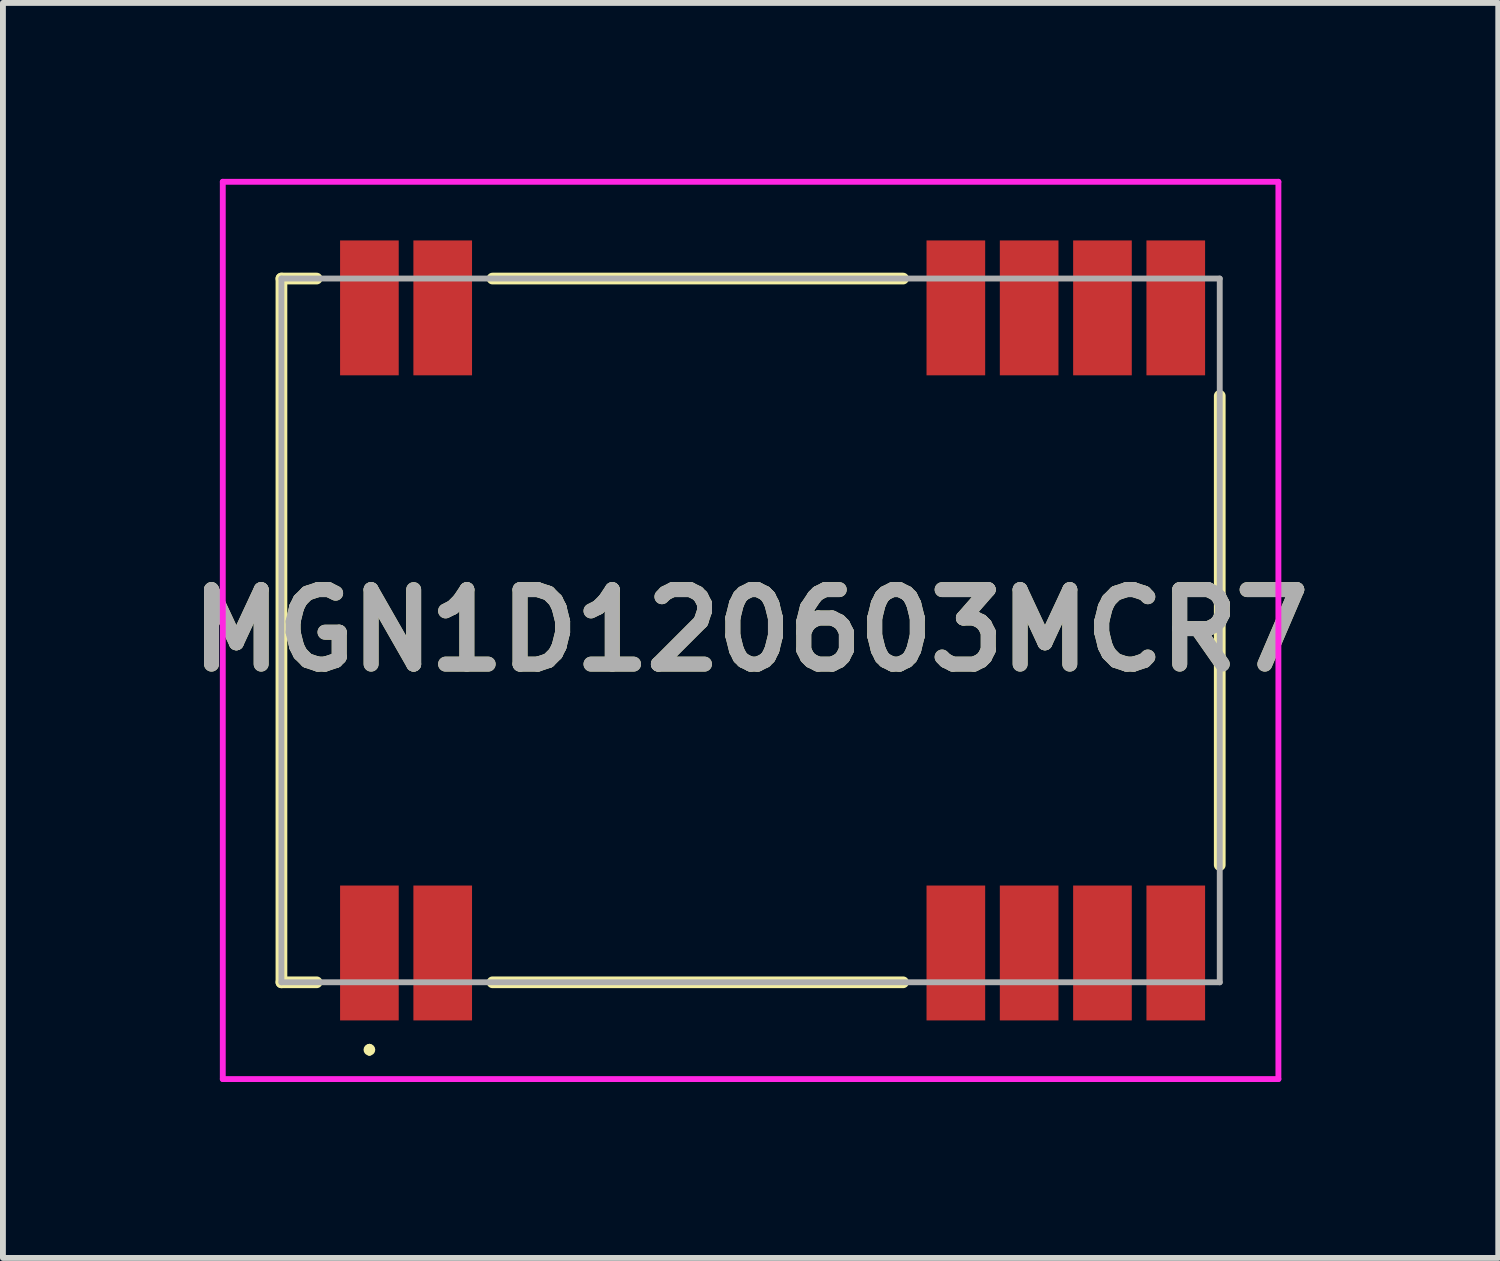
<source format=kicad_pcb>
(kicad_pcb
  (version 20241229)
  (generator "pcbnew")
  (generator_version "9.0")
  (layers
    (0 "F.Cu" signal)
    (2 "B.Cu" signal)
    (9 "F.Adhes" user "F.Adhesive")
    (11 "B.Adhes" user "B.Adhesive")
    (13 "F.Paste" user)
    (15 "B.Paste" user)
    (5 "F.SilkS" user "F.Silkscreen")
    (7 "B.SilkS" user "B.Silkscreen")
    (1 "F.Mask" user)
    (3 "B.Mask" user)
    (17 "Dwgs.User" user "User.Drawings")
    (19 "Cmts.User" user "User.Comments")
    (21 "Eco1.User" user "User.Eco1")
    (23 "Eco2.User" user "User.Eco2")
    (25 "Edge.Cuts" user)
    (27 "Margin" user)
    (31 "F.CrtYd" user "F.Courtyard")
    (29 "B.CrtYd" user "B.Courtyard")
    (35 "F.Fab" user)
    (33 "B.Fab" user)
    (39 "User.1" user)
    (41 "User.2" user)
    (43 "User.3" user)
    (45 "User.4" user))
  (footprint "MGN1D120603MCR7"
    (layer "F.Cu")
    (at 9.749 7.7)
    (property "Reference" "MGN1D120603MCR7" (at 0 0 0) (layer "F.SilkS") (effects (font (size 1.27 1.27) (thickness 0.254))))
    (attr smd)
    (fp_line (start -8 -6) (end -8 6) (stroke (width 0.2) (type solid)) (layer "F.SilkS"))
    (fp_line (start -8 6) (end -7.4 6) (stroke (width 0.2) (type solid)) (layer "F.SilkS"))
    (fp_line (start -7.4 -6) (end -8 -6) (stroke (width 0.2) (type solid)) (layer "F.SilkS"))
    (fp_line (start -6.5 7.1) (end -6.5 7.1) (stroke (width 0.1) (type solid)) (layer "F.SilkS"))
    (fp_line (start -6.5 7.2) (end -6.5 7.2) (stroke (width 0.1) (type solid)) (layer "F.SilkS"))
    (fp_line (start -4.4 -6) (end 2.6 -6) (stroke (width 0.2) (type solid)) (layer "F.SilkS"))
    (fp_line (start -4.4 6) (end 2.6 6) (stroke (width 0.2) (type solid)) (layer "F.SilkS"))
    (fp_line (start 8 -4) (end 8 4) (stroke (width 0.2) (type solid)) (layer "F.SilkS"))
    (fp_arc (start -6.5 7.1) (mid -6.45 7.15) (end -6.5 7.2) (stroke (width 0.1) (type solid)) (layer "F.SilkS"))
    (fp_arc (start -6.5 7.2) (mid -6.55 7.15) (end -6.5 7.1) (stroke (width 0.1) (type solid)) (layer "F.SilkS"))
    (fp_line (start -9 -7.65) (end 9 -7.65) (stroke (width 0.1) (type solid)) (layer "F.CrtYd"))
    (fp_line (start -9 7.65) (end -9 -7.65) (stroke (width 0.1) (type solid)) (layer "F.CrtYd"))
    (fp_line (start 9 -7.65) (end 9 7.65) (stroke (width 0.1) (type solid)) (layer "F.CrtYd"))
    (fp_line (start 9 7.65) (end -9 7.65) (stroke (width 0.1) (type solid)) (layer "F.CrtYd"))
    (fp_line (start -8 -6) (end 8 -6) (stroke (width 0.1) (type solid)) (layer "F.Fab"))
    (fp_line (start -8 6) (end -8 -6) (stroke (width 0.1) (type solid)) (layer "F.Fab"))
    (fp_line (start 8 -6) (end 8 6) (stroke (width 0.1) (type solid)) (layer "F.Fab"))
    (fp_line (start 8 6) (end -8 6) (stroke (width 0.1) (type solid)) (layer "F.Fab"))
    (fp_text user "${REFERENCE}" (at 0 0 0) (layer "F.Fab") (effects (font (size 1.27 1.27) (thickness 0.254))))
    (pad "1" smd rect (at -6.5 5.5) (size 1 2.3) (layers "F.Cu" "F.Mask" "F.Paste"))
    (pad "2" smd rect (at -5.25 5.5) (size 1 2.3) (layers "F.Cu" "F.Mask" "F.Paste"))
    (pad "9" smd rect (at 3.5 5.5) (size 1 2.3) (layers "F.Cu" "F.Mask" "F.Paste"))
    (pad "10" smd rect (at 4.75 5.5) (size 1 2.3) (layers "F.Cu" "F.Mask" "F.Paste"))
    (pad "11" smd rect (at 6 5.5) (size 1 2.3) (layers "F.Cu" "F.Mask" "F.Paste"))
    (pad "12" smd rect (at 7.25 5.5) (size 1 2.3) (layers "F.Cu" "F.Mask" "F.Paste"))
    (pad "13" smd rect (at 7.25 -5.5) (size 1 2.3) (layers "F.Cu" "F.Mask" "F.Paste"))
    (pad "14" smd rect (at 6 -5.5) (size 1 2.3) (layers "F.Cu" "F.Mask" "F.Paste"))
    (pad "15" smd rect (at 4.75 -5.5) (size 1 2.3) (layers "F.Cu" "F.Mask" "F.Paste"))
    (pad "16" smd rect (at 3.5 -5.5) (size 1 2.3) (layers "F.Cu" "F.Mask" "F.Paste"))
    (pad "23" smd rect (at -5.25 -5.5) (size 1 2.3) (layers "F.Cu" "F.Mask" "F.Paste"))
    (pad "24" smd rect (at -6.5 -5.5) (size 1 2.3) (layers "F.Cu" "F.Mask" "F.Paste")))
  (gr_rect
    (start -3 -3)
    (end 22.498 18.4)
    (stroke (width 0.1) (type default))
    (fill no)
    (layer "Edge.Cuts")))
</source>
